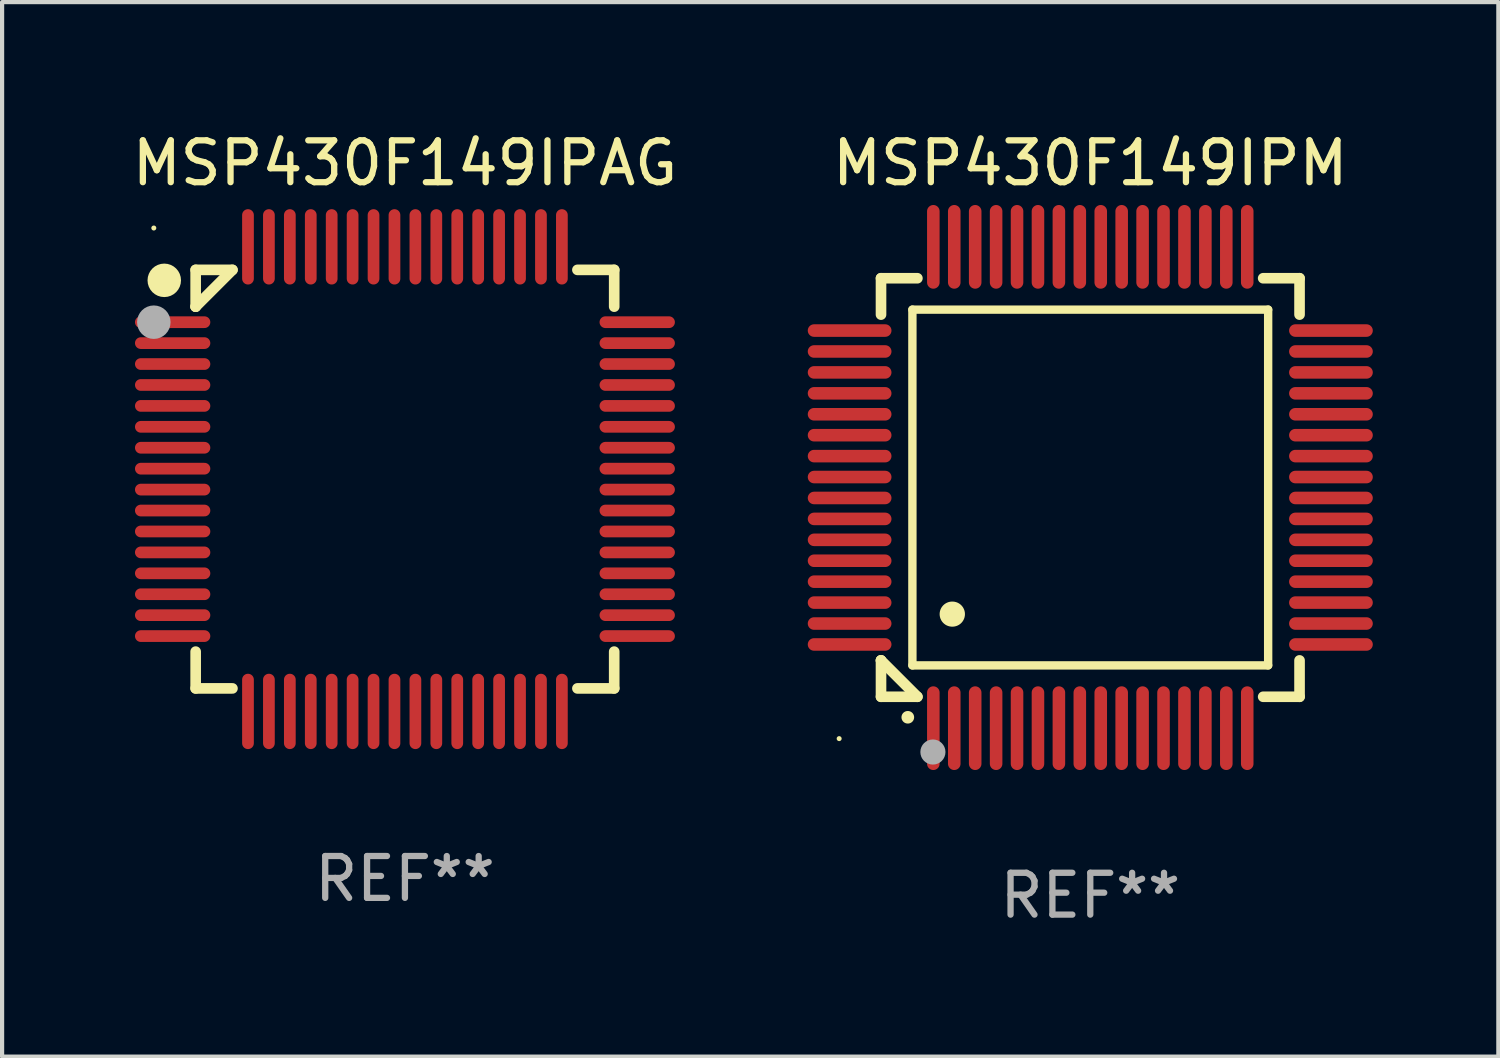
<source format=kicad_pcb>
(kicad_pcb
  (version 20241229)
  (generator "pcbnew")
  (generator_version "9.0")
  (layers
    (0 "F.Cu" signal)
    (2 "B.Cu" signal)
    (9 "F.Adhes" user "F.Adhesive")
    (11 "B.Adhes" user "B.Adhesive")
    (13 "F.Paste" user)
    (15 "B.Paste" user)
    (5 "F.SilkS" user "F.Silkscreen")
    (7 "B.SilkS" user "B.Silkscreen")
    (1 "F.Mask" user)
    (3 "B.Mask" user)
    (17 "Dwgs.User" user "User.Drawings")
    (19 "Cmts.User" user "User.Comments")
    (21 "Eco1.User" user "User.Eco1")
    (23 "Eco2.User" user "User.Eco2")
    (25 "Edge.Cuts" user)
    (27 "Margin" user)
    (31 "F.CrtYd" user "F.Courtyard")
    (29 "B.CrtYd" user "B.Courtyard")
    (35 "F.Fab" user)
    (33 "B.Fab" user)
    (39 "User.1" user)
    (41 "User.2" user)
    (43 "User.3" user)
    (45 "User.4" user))
  (footprint "MSP430F149IPM"
    (layer "F.Cu")
    (at 23 8.598)
    (property "Reference" "MSP430F149IPM" (at 0 -7.75 0) (layer "F.SilkS") (effects (font (size 1 1) (thickness 0.15))))
    (attr through_hole)
    (fp_line (start -5 -5) (end -4.131 -5) (stroke (width 0.254) (type solid)) (layer "F.SilkS"))
    (fp_line (start -5 -4.131) (end -5 -5) (stroke (width 0.254) (type solid)) (layer "F.SilkS"))
    (fp_line (start -5 4.131) (end -5 4.131) (stroke (width 0.254) (type solid)) (layer "F.SilkS"))
    (fp_line (start -5 5) (end -5 4.131) (stroke (width 0.254) (type solid)) (layer "F.SilkS"))
    (fp_line (start -5 4.131) (end -4.131 5) (stroke (width 0.254) (type solid)) (layer "F.SilkS"))
    (fp_line (start -4.25 -4.25) (end -4.25 4.25) (stroke (width 0.2) (type solid)) (layer "F.SilkS"))
    (fp_line (start -4.25 4.25) (end 4.25 4.25) (stroke (width 0.2) (type solid)) (layer "F.SilkS"))
    (fp_line (start -4.131 5) (end -5 5) (stroke (width 0.254) (type solid)) (layer "F.SilkS"))
    (fp_line (start 4.25 -4.25) (end -4.25 -4.25) (stroke (width 0.2) (type solid)) (layer "F.SilkS"))
    (fp_line (start 4.25 4.25) (end 4.25 -4.25) (stroke (width 0.2) (type solid)) (layer "F.SilkS"))
    (fp_line (start 5 -5) (end 4.131 -5) (stroke (width 0.254) (type solid)) (layer "F.SilkS"))
    (fp_line (start 5 -5) (end 5 -4.131) (stroke (width 0.254) (type solid)) (layer "F.SilkS"))
    (fp_line (start 5 4.131) (end 5 5) (stroke (width 0.254) (type solid)) (layer "F.SilkS"))
    (fp_line (start 5 5) (end 4.131 5) (stroke (width 0.254) (type solid)) (layer "F.SilkS"))
    (fp_arc (start -4.361265 5.489992) (mid -4.359995 5.489987) (end -4.358725 5.489992) (stroke (width 0.3) (type solid)) (layer "F.SilkS"))
    (fp_arc (start -3.299467 3.025146) (mid -3.296927 3.025135) (end -3.294387 3.025146) (stroke (width 0.6) (type solid)) (layer "F.SilkS"))
    (fp_circle (center -6 6) (end -5.97 6) (stroke (width 0.06) (type solid)) (fill no) (layer "F.SilkS"))
    (fp_circle (center -3.76 6.32) (end -3.61 6.32) (stroke (width 0.3) (type solid)) (fill no) (layer "F.Fab"))
    (fp_text user "REF**" (at 0 9.75 0) (layer "F.Fab") (effects (font (size 1 1) (thickness 0.15))))
    (pad "1" smd oval (at -3.75 5.75) (size 0.3 2) (layers "F.Cu" "F.Mask" "F.Paste"))
    (pad "2" smd oval (at -3.25 5.75) (size 0.3 2) (layers "F.Cu" "F.Mask" "F.Paste"))
    (pad "3" smd oval (at -2.75 5.75) (size 0.3 2) (layers "F.Cu" "F.Mask" "F.Paste"))
    (pad "4" smd oval (at -2.25 5.75) (size 0.3 2) (layers "F.Cu" "F.Mask" "F.Paste"))
    (pad "5" smd oval (at -1.75 5.75) (size 0.3 2) (layers "F.Cu" "F.Mask" "F.Paste"))
    (pad "6" smd oval (at -1.25 5.75) (size 0.3 2) (layers "F.Cu" "F.Mask" "F.Paste"))
    (pad "7" smd oval (at -0.75 5.75) (size 0.3 2) (layers "F.Cu" "F.Mask" "F.Paste"))
    (pad "8" smd oval (at -0.25 5.75) (size 0.3 2) (layers "F.Cu" "F.Mask" "F.Paste"))
    (pad "9" smd oval (at 0.25 5.75) (size 0.3 2) (layers "F.Cu" "F.Mask" "F.Paste"))
    (pad "10" smd oval (at 0.75 5.75) (size 0.3 2) (layers "F.Cu" "F.Mask" "F.Paste"))
    (pad "11" smd oval (at 1.25 5.75) (size 0.3 2) (layers "F.Cu" "F.Mask" "F.Paste"))
    (pad "12" smd oval (at 1.75 5.75) (size 0.3 2) (layers "F.Cu" "F.Mask" "F.Paste"))
    (pad "13" smd oval (at 2.25 5.75) (size 0.3 2) (layers "F.Cu" "F.Mask" "F.Paste"))
    (pad "14" smd oval (at 2.75 5.75) (size 0.3 2) (layers "F.Cu" "F.Mask" "F.Paste"))
    (pad "15" smd oval (at 3.25 5.75) (size 0.3 2) (layers "F.Cu" "F.Mask" "F.Paste"))
    (pad "16" smd oval (at 3.75 5.75) (size 0.3 2) (layers "F.Cu" "F.Mask" "F.Paste"))
    (pad "17" smd oval (at 5.75 3.75) (size 2 0.3) (layers "F.Cu" "F.Mask" "F.Paste"))
    (pad "18" smd oval (at 5.75 3.25) (size 2 0.3) (layers "F.Cu" "F.Mask" "F.Paste"))
    (pad "19" smd oval (at 5.75 2.75) (size 2 0.3) (layers "F.Cu" "F.Mask" "F.Paste"))
    (pad "20" smd oval (at 5.75 2.25) (size 2 0.3) (layers "F.Cu" "F.Mask" "F.Paste"))
    (pad "21" smd oval (at 5.75 1.75) (size 2 0.3) (layers "F.Cu" "F.Mask" "F.Paste"))
    (pad "22" smd oval (at 5.75 1.25) (size 2 0.3) (layers "F.Cu" "F.Mask" "F.Paste"))
    (pad "23" smd oval (at 5.75 0.75) (size 2 0.3) (layers "F.Cu" "F.Mask" "F.Paste"))
    (pad "24" smd oval (at 5.75 0.25) (size 2 0.3) (layers "F.Cu" "F.Mask" "F.Paste"))
    (pad "25" smd oval (at 5.75 -0.25) (size 2 0.3) (layers "F.Cu" "F.Mask" "F.Paste"))
    (pad "26" smd oval (at 5.75 -0.75) (size 2 0.3) (layers "F.Cu" "F.Mask" "F.Paste"))
    (pad "27" smd oval (at 5.75 -1.25) (size 2 0.3) (layers "F.Cu" "F.Mask" "F.Paste"))
    (pad "28" smd oval (at 5.75 -1.75) (size 2 0.3) (layers "F.Cu" "F.Mask" "F.Paste"))
    (pad "29" smd oval (at 5.75 -2.25) (size 2 0.3) (layers "F.Cu" "F.Mask" "F.Paste"))
    (pad "30" smd oval (at 5.75 -2.75) (size 2 0.3) (layers "F.Cu" "F.Mask" "F.Paste"))
    (pad "31" smd oval (at 5.75 -3.25) (size 2 0.3) (layers "F.Cu" "F.Mask" "F.Paste"))
    (pad "32" smd oval (at 5.75 -3.75) (size 2 0.3) (layers "F.Cu" "F.Mask" "F.Paste"))
    (pad "33" smd oval (at 3.75 -5.75) (size 0.3 2) (layers "F.Cu" "F.Mask" "F.Paste"))
    (pad "34" smd oval (at 3.25 -5.75) (size 0.3 2) (layers "F.Cu" "F.Mask" "F.Paste"))
    (pad "35" smd oval (at 2.75 -5.75) (size 0.3 2) (layers "F.Cu" "F.Mask" "F.Paste"))
    (pad "36" smd oval (at 2.25 -5.75) (size 0.3 2) (layers "F.Cu" "F.Mask" "F.Paste"))
    (pad "37" smd oval (at 1.75 -5.75) (size 0.3 2) (layers "F.Cu" "F.Mask" "F.Paste"))
    (pad "38" smd oval (at 1.25 -5.75) (size 0.3 2) (layers "F.Cu" "F.Mask" "F.Paste"))
    (pad "39" smd oval (at 0.75 -5.75) (size 0.3 2) (layers "F.Cu" "F.Mask" "F.Paste"))
    (pad "40" smd oval (at 0.25 -5.75) (size 0.3 2) (layers "F.Cu" "F.Mask" "F.Paste"))
    (pad "41" smd oval (at -0.25 -5.75) (size 0.3 2) (layers "F.Cu" "F.Mask" "F.Paste"))
    (pad "42" smd oval (at -0.75 -5.75) (size 0.3 2) (layers "F.Cu" "F.Mask" "F.Paste"))
    (pad "43" smd oval (at -1.25 -5.75) (size 0.3 2) (layers "F.Cu" "F.Mask" "F.Paste"))
    (pad "44" smd oval (at -1.75 -5.75) (size 0.3 2) (layers "F.Cu" "F.Mask" "F.Paste"))
    (pad "45" smd oval (at -2.25 -5.75) (size 0.3 2) (layers "F.Cu" "F.Mask" "F.Paste"))
    (pad "46" smd oval (at -2.75 -5.75) (size 0.3 2) (layers "F.Cu" "F.Mask" "F.Paste"))
    (pad "47" smd oval (at -3.25 -5.75) (size 0.3 2) (layers "F.Cu" "F.Mask" "F.Paste"))
    (pad "48" smd oval (at -3.75 -5.75) (size 0.3 2) (layers "F.Cu" "F.Mask" "F.Paste"))
    (pad "49" smd oval (at -5.75 -3.75) (size 2 0.3) (layers "F.Cu" "F.Mask" "F.Paste"))
    (pad "50" smd oval (at -5.75 -3.25) (size 2 0.3) (layers "F.Cu" "F.Mask" "F.Paste"))
    (pad "51" smd oval (at -5.75 -2.75) (size 2 0.3) (layers "F.Cu" "F.Mask" "F.Paste"))
    (pad "52" smd oval (at -5.75 -2.25) (size 2 0.3) (layers "F.Cu" "F.Mask" "F.Paste"))
    (pad "53" smd oval (at -5.75 -1.75) (size 2 0.3) (layers "F.Cu" "F.Mask" "F.Paste"))
    (pad "54" smd oval (at -5.75 -1.25) (size 2 0.3) (layers "F.Cu" "F.Mask" "F.Paste"))
    (pad "55" smd oval (at -5.75 -0.75) (size 2 0.3) (layers "F.Cu" "F.Mask" "F.Paste"))
    (pad "56" smd oval (at -5.75 -0.25) (size 2 0.3) (layers "F.Cu" "F.Mask" "F.Paste"))
    (pad "57" smd oval (at -5.75 0.25) (size 2 0.3) (layers "F.Cu" "F.Mask" "F.Paste"))
    (pad "58" smd oval (at -5.75 0.75) (size 2 0.3) (layers "F.Cu" "F.Mask" "F.Paste"))
    (pad "59" smd oval (at -5.75 1.25) (size 2 0.3) (layers "F.Cu" "F.Mask" "F.Paste"))
    (pad "60" smd oval (at -5.75 1.75) (size 2 0.3) (layers "F.Cu" "F.Mask" "F.Paste"))
    (pad "61" smd oval (at -5.75 2.25) (size 2 0.3) (layers "F.Cu" "F.Mask" "F.Paste"))
    (pad "62" smd oval (at -5.75 2.75) (size 2 0.3) (layers "F.Cu" "F.Mask" "F.Paste"))
    (pad "63" smd oval (at -5.75 3.25) (size 2 0.3) (layers "F.Cu" "F.Mask" "F.Paste"))
    (pad "64" smd oval (at -5.75 3.75) (size 2 0.3) (layers "F.Cu" "F.Mask" "F.Paste")))
  (footprint "MSP430F149IPAG"
    (layer "F.Cu")
    (at 6.625 8.398)
    (property "Reference" "MSP430F149IPAG" (at 0 -7.55 0) (layer "F.SilkS") (effects (font (size 1 1) (thickness 0.15))))
    (attr through_hole)
    (fp_line (start -5 -5) (end -4.121 -5) (stroke (width 0.254) (type solid)) (layer "F.SilkS"))
    (fp_line (start -5 -4.121) (end -5 -5) (stroke (width 0.254) (type solid)) (layer "F.SilkS"))
    (fp_line (start -5 -4.121) (end -5 -4.121) (stroke (width 0.254) (type solid)) (layer "F.SilkS"))
    (fp_line (start -5 -4.121) (end -4.121 -5) (stroke (width 0.254) (type solid)) (layer "F.SilkS"))
    (fp_line (start -5 5) (end -5 4.121) (stroke (width 0.254) (type solid)) (layer "F.SilkS"))
    (fp_line (start -4.121 5) (end -5 5) (stroke (width 0.254) (type solid)) (layer "F.SilkS"))
    (fp_line (start 4.121 -5) (end 5 -5) (stroke (width 0.254) (type solid)) (layer "F.SilkS"))
    (fp_line (start 5 -5) (end 5 -4.121) (stroke (width 0.254) (type solid)) (layer "F.SilkS"))
    (fp_line (start 5 4.121) (end 5 5) (stroke (width 0.254) (type solid)) (layer "F.SilkS"))
    (fp_line (start 5 5) (end 4.121 5) (stroke (width 0.254) (type solid)) (layer "F.SilkS"))
    (fp_circle (center -6 -6) (end -5.97 -6) (stroke (width 0.06) (type solid)) (fill no) (layer "F.SilkS"))
    (fp_circle (center -5.75 -4.75) (end -5.55 -4.75) (stroke (width 0.4) (type solid)) (fill no) (layer "F.SilkS"))
    (fp_circle (center -6 -3.75) (end -5.8 -3.75) (stroke (width 0.4) (type solid)) (fill no) (layer "F.Fab"))
    (fp_text user "REF**" (at 0 9.55 0) (layer "F.Fab") (effects (font (size 1 1) (thickness 0.15))))
    (pad "1" smd oval (at -5.55 -3.75 90) (size 0.28 1.8) (layers "F.Cu" "F.Mask" "F.Paste"))
    (pad "2" smd oval (at -5.55 -3.25 90) (size 0.28 1.8) (layers "F.Cu" "F.Mask" "F.Paste"))
    (pad "3" smd oval (at -5.55 -2.75 90) (size 0.28 1.8) (layers "F.Cu" "F.Mask" "F.Paste"))
    (pad "4" smd oval (at -5.55 -2.25 90) (size 0.28 1.8) (layers "F.Cu" "F.Mask" "F.Paste"))
    (pad "5" smd oval (at -5.55 -1.75 90) (size 0.28 1.8) (layers "F.Cu" "F.Mask" "F.Paste"))
    (pad "6" smd oval (at -5.55 -1.25 90) (size 0.28 1.8) (layers "F.Cu" "F.Mask" "F.Paste"))
    (pad "7" smd oval (at -5.55 -0.75 90) (size 0.28 1.8) (layers "F.Cu" "F.Mask" "F.Paste"))
    (pad "8" smd oval (at -5.55 -0.25 90) (size 0.28 1.8) (layers "F.Cu" "F.Mask" "F.Paste"))
    (pad "9" smd oval (at -5.55 0.25 90) (size 0.28 1.8) (layers "F.Cu" "F.Mask" "F.Paste"))
    (pad "10" smd oval (at -5.55 0.75 90) (size 0.28 1.8) (layers "F.Cu" "F.Mask" "F.Paste"))
    (pad "11" smd oval (at -5.55 1.25 90) (size 0.28 1.8) (layers "F.Cu" "F.Mask" "F.Paste"))
    (pad "12" smd oval (at -5.55 1.75 90) (size 0.28 1.8) (layers "F.Cu" "F.Mask" "F.Paste"))
    (pad "13" smd oval (at -5.55 2.25 90) (size 0.28 1.8) (layers "F.Cu" "F.Mask" "F.Paste"))
    (pad "14" smd oval (at -5.55 2.75 90) (size 0.28 1.8) (layers "F.Cu" "F.Mask" "F.Paste"))
    (pad "15" smd oval (at -5.55 3.25 90) (size 0.28 1.8) (layers "F.Cu" "F.Mask" "F.Paste"))
    (pad "16" smd oval (at -5.55 3.75 90) (size 0.28 1.8) (layers "F.Cu" "F.Mask" "F.Paste"))
    (pad "17" smd oval (at -3.75 5.55) (size 0.28 1.8) (layers "F.Cu" "F.Mask" "F.Paste"))
    (pad "18" smd oval (at -3.25 5.55) (size 0.28 1.8) (layers "F.Cu" "F.Mask" "F.Paste"))
    (pad "19" smd oval (at -2.75 5.55) (size 0.28 1.8) (layers "F.Cu" "F.Mask" "F.Paste"))
    (pad "20" smd oval (at -2.25 5.55) (size 0.28 1.8) (layers "F.Cu" "F.Mask" "F.Paste"))
    (pad "21" smd oval (at -1.75 5.55) (size 0.28 1.8) (layers "F.Cu" "F.Mask" "F.Paste"))
    (pad "22" smd oval (at -1.25 5.55) (size 0.28 1.8) (layers "F.Cu" "F.Mask" "F.Paste"))
    (pad "23" smd oval (at -0.75 5.55) (size 0.28 1.8) (layers "F.Cu" "F.Mask" "F.Paste"))
    (pad "24" smd oval (at -0.25 5.55) (size 0.28 1.8) (layers "F.Cu" "F.Mask" "F.Paste"))
    (pad "25" smd oval (at 0.25 5.55) (size 0.28 1.8) (layers "F.Cu" "F.Mask" "F.Paste"))
    (pad "26" smd oval (at 0.75 5.55) (size 0.28 1.8) (layers "F.Cu" "F.Mask" "F.Paste"))
    (pad "27" smd oval (at 1.25 5.55) (size 0.28 1.8) (layers "F.Cu" "F.Mask" "F.Paste"))
    (pad "28" smd oval (at 1.75 5.55) (size 0.28 1.8) (layers "F.Cu" "F.Mask" "F.Paste"))
    (pad "29" smd oval (at 2.25 5.55) (size 0.28 1.8) (layers "F.Cu" "F.Mask" "F.Paste"))
    (pad "30" smd oval (at 2.75 5.55) (size 0.28 1.8) (layers "F.Cu" "F.Mask" "F.Paste"))
    (pad "31" smd oval (at 3.25 5.55) (size 0.28 1.8) (layers "F.Cu" "F.Mask" "F.Paste"))
    (pad "32" smd oval (at 3.75 5.55) (size 0.28 1.8) (layers "F.Cu" "F.Mask" "F.Paste"))
    (pad "33" smd oval (at 5.55 3.75 90) (size 0.28 1.8) (layers "F.Cu" "F.Mask" "F.Paste"))
    (pad "34" smd oval (at 5.55 3.25 90) (size 0.28 1.8) (layers "F.Cu" "F.Mask" "F.Paste"))
    (pad "35" smd oval (at 5.55 2.75 90) (size 0.28 1.8) (layers "F.Cu" "F.Mask" "F.Paste"))
    (pad "36" smd oval (at 5.55 2.25 90) (size 0.28 1.8) (layers "F.Cu" "F.Mask" "F.Paste"))
    (pad "37" smd oval (at 5.55 1.75 90) (size 0.28 1.8) (layers "F.Cu" "F.Mask" "F.Paste"))
    (pad "38" smd oval (at 5.55 1.25 90) (size 0.28 1.8) (layers "F.Cu" "F.Mask" "F.Paste"))
    (pad "39" smd oval (at 5.55 0.75 90) (size 0.28 1.8) (layers "F.Cu" "F.Mask" "F.Paste"))
    (pad "40" smd oval (at 5.55 0.25 90) (size 0.28 1.8) (layers "F.Cu" "F.Mask" "F.Paste"))
    (pad "41" smd oval (at 5.55 -0.25 90) (size 0.28 1.8) (layers "F.Cu" "F.Mask" "F.Paste"))
    (pad "42" smd oval (at 5.55 -0.75 90) (size 0.28 1.8) (layers "F.Cu" "F.Mask" "F.Paste"))
    (pad "43" smd oval (at 5.55 -1.25 90) (size 0.28 1.8) (layers "F.Cu" "F.Mask" "F.Paste"))
    (pad "44" smd oval (at 5.55 -1.75 90) (size 0.28 1.8) (layers "F.Cu" "F.Mask" "F.Paste"))
    (pad "45" smd oval (at 5.55 -2.25 90) (size 0.28 1.8) (layers "F.Cu" "F.Mask" "F.Paste"))
    (pad "46" smd oval (at 5.55 -2.75 90) (size 0.28 1.8) (layers "F.Cu" "F.Mask" "F.Paste"))
    (pad "47" smd oval (at 5.55 -3.25 90) (size 0.28 1.8) (layers "F.Cu" "F.Mask" "F.Paste"))
    (pad "48" smd oval (at 5.55 -3.75 90) (size 0.28 1.8) (layers "F.Cu" "F.Mask" "F.Paste"))
    (pad "49" smd oval (at 3.75 -5.55) (size 0.28 1.8) (layers "F.Cu" "F.Mask" "F.Paste"))
    (pad "50" smd oval (at 3.25 -5.55) (size 0.28 1.8) (layers "F.Cu" "F.Mask" "F.Paste"))
    (pad "51" smd oval (at 2.75 -5.55) (size 0.28 1.8) (layers "F.Cu" "F.Mask" "F.Paste"))
    (pad "52" smd oval (at 2.25 -5.55) (size 0.28 1.8) (layers "F.Cu" "F.Mask" "F.Paste"))
    (pad "53" smd oval (at 1.75 -5.55) (size 0.28 1.8) (layers "F.Cu" "F.Mask" "F.Paste"))
    (pad "54" smd oval (at 1.25 -5.55) (size 0.28 1.8) (layers "F.Cu" "F.Mask" "F.Paste"))
    (pad "55" smd oval (at 0.75 -5.55) (size 0.28 1.8) (layers "F.Cu" "F.Mask" "F.Paste"))
    (pad "56" smd oval (at 0.25 -5.55) (size 0.28 1.8) (layers "F.Cu" "F.Mask" "F.Paste"))
    (pad "57" smd oval (at -0.25 -5.55) (size 0.28 1.8) (layers "F.Cu" "F.Mask" "F.Paste"))
    (pad "58" smd oval (at -0.75 -5.55) (size 0.28 1.8) (layers "F.Cu" "F.Mask" "F.Paste"))
    (pad "59" smd oval (at -1.25 -5.55) (size 0.28 1.8) (layers "F.Cu" "F.Mask" "F.Paste"))
    (pad "60" smd oval (at -1.75 -5.55) (size 0.28 1.8) (layers "F.Cu" "F.Mask" "F.Paste"))
    (pad "61" smd oval (at -2.25 -5.55) (size 0.28 1.8) (layers "F.Cu" "F.Mask" "F.Paste"))
    (pad "62" smd oval (at -2.75 -5.55) (size 0.28 1.8) (layers "F.Cu" "F.Mask" "F.Paste"))
    (pad "63" smd oval (at -3.25 -5.55) (size 0.28 1.8) (layers "F.Cu" "F.Mask" "F.Paste"))
    (pad "64" smd oval (at -3.75 -5.55) (size 0.28 1.8) (layers "F.Cu" "F.Mask" "F.Paste")))
  (gr_rect
    (start -3 -3)
    (end 32.75 22.196)
    (stroke (width 0.1) (type default))
    (fill no)
    (layer "Edge.Cuts")))
</source>
